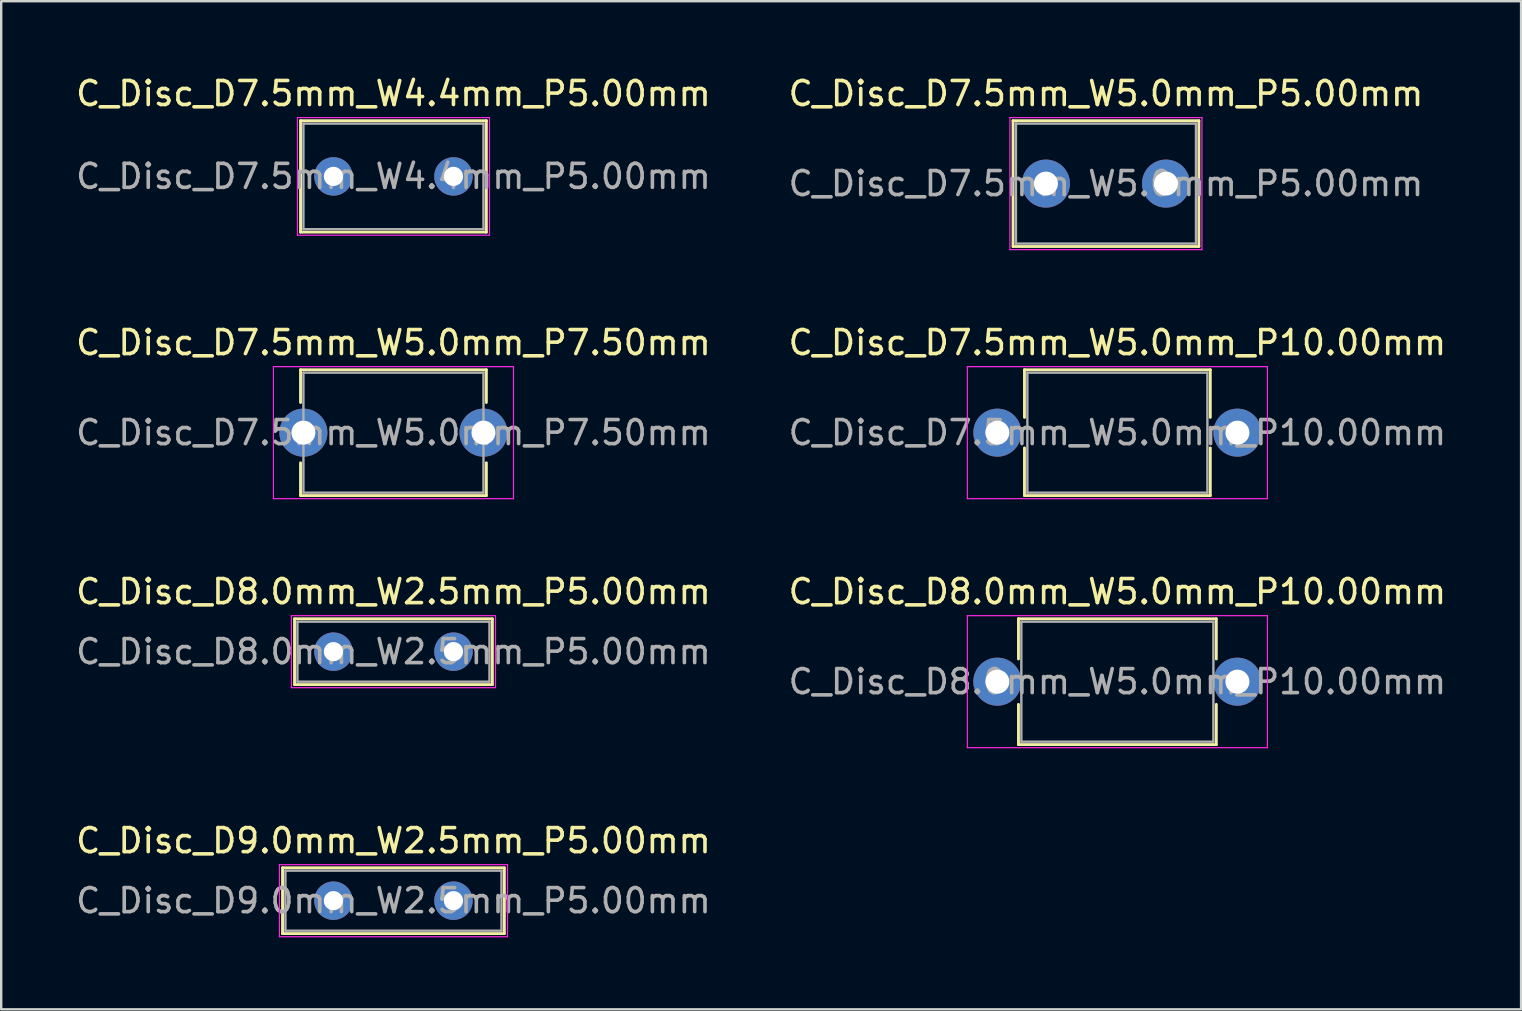
<source format=kicad_pcb>
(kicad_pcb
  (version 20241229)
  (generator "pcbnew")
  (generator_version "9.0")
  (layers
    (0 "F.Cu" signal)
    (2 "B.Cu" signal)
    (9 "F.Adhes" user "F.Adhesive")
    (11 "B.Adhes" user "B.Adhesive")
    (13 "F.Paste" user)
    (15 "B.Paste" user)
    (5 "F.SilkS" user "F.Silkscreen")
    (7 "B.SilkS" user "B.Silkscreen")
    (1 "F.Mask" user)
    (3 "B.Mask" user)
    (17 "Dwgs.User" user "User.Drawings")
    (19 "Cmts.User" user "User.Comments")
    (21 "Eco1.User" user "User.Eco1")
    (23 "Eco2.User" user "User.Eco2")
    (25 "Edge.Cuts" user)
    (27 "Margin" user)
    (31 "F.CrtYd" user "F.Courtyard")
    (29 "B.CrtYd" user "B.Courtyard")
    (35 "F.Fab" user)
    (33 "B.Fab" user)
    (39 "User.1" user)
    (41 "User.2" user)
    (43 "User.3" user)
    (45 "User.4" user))
  (footprint "C_Disc_D7.5mm_W5.0mm_P7.50mm"
    (layer "F.Cu")
    (at 9.589 14.972)
    (property "Reference" "C_Disc_D7.5mm_W5.0mm_P7.50mm" (at 3.75 -3.75 0) (layer "F.SilkS") (effects (font (size 1 1) (thickness 0.15))))
    (attr through_hole)
    (fp_line (start -0.12 -2.62) (end -0.12 -1.256) (stroke (width 0.12) (type solid)) (layer "F.SilkS"))
    (fp_line (start -0.12 -2.62) (end 7.62 -2.62) (stroke (width 0.12) (type solid)) (layer "F.SilkS"))
    (fp_line (start -0.12 1.256) (end -0.12 2.62) (stroke (width 0.12) (type solid)) (layer "F.SilkS"))
    (fp_line (start -0.12 2.62) (end 7.62 2.62) (stroke (width 0.12) (type solid)) (layer "F.SilkS"))
    (fp_line (start 7.62 -2.62) (end 7.62 -1.256) (stroke (width 0.12) (type solid)) (layer "F.SilkS"))
    (fp_line (start 7.62 1.256) (end 7.62 2.62) (stroke (width 0.12) (type solid)) (layer "F.SilkS"))
    (fp_line (start -1.25 -2.75) (end -1.25 2.75) (stroke (width 0.05) (type solid)) (layer "F.CrtYd"))
    (fp_line (start -1.25 2.75) (end 8.75 2.75) (stroke (width 0.05) (type solid)) (layer "F.CrtYd"))
    (fp_line (start 8.75 -2.75) (end -1.25 -2.75) (stroke (width 0.05) (type solid)) (layer "F.CrtYd"))
    (fp_line (start 8.75 2.75) (end 8.75 -2.75) (stroke (width 0.05) (type solid)) (layer "F.CrtYd"))
    (fp_line (start 0 -2.5) (end 0 2.5) (stroke (width 0.1) (type solid)) (layer "F.Fab"))
    (fp_line (start 0 2.5) (end 7.5 2.5) (stroke (width 0.1) (type solid)) (layer "F.Fab"))
    (fp_line (start 7.5 -2.5) (end 0 -2.5) (stroke (width 0.1) (type solid)) (layer "F.Fab"))
    (fp_line (start 7.5 2.5) (end 7.5 -2.5) (stroke (width 0.1) (type solid)) (layer "F.Fab"))
    (fp_text user "${REFERENCE}" (at 3.75 0 0) (layer "F.Fab") (effects (font (size 1 1) (thickness 0.15))))
    (pad "1" thru_hole circle (at 0 0) (size 2 2) (drill 1) (layers "*.Cu" "*.Mask"))
    (pad "2" thru_hole circle (at 7.5 0) (size 2 2) (drill 1) (layers "*.Cu" "*.Mask")))
  (footprint "C_Disc_D7.5mm_W5.0mm_P5.00mm"
    (layer "F.Cu")
    (at 40.518 4.598)
    (property "Reference" "C_Disc_D7.5mm_W5.0mm_P5.00mm" (at 2.5 -3.75 0) (layer "F.SilkS") (effects (font (size 1 1) (thickness 0.15))))
    (attr through_hole)
    (fp_line (start -1.37 -2.62) (end -1.37 2.62) (stroke (width 0.12) (type solid)) (layer "F.SilkS"))
    (fp_line (start -1.37 -2.62) (end 6.37 -2.62) (stroke (width 0.12) (type solid)) (layer "F.SilkS"))
    (fp_line (start -1.37 2.62) (end 6.37 2.62) (stroke (width 0.12) (type solid)) (layer "F.SilkS"))
    (fp_line (start 6.37 -2.62) (end 6.37 2.62) (stroke (width 0.12) (type solid)) (layer "F.SilkS"))
    (fp_line (start -1.5 -2.75) (end -1.5 2.75) (stroke (width 0.05) (type solid)) (layer "F.CrtYd"))
    (fp_line (start -1.5 2.75) (end 6.5 2.75) (stroke (width 0.05) (type solid)) (layer "F.CrtYd"))
    (fp_line (start 6.5 -2.75) (end -1.5 -2.75) (stroke (width 0.05) (type solid)) (layer "F.CrtYd"))
    (fp_line (start 6.5 2.75) (end 6.5 -2.75) (stroke (width 0.05) (type solid)) (layer "F.CrtYd"))
    (fp_line (start -1.25 -2.5) (end -1.25 2.5) (stroke (width 0.1) (type solid)) (layer "F.Fab"))
    (fp_line (start -1.25 2.5) (end 6.25 2.5) (stroke (width 0.1) (type solid)) (layer "F.Fab"))
    (fp_line (start 6.25 -2.5) (end -1.25 -2.5) (stroke (width 0.1) (type solid)) (layer "F.Fab"))
    (fp_line (start 6.25 2.5) (end 6.25 -2.5) (stroke (width 0.1) (type solid)) (layer "F.Fab"))
    (fp_text user "${REFERENCE}" (at 2.5 0 0) (layer "F.Fab") (effects (font (size 1 1) (thickness 0.15))))
    (pad "1" thru_hole circle (at 0 0) (size 2 2) (drill 1) (layers "*.Cu" "*.Mask"))
    (pad "2" thru_hole circle (at 5 0) (size 2 2) (drill 1) (layers "*.Cu" "*.Mask")))
  (footprint "C_Disc_D8.0mm_W5.0mm_P10.00mm"
    (layer "F.Cu")
    (at 38.494 25.345)
    (property "Reference" "C_Disc_D8.0mm_W5.0mm_P10.00mm" (at 5 -3.75 0) (layer "F.SilkS") (effects (font (size 1 1) (thickness 0.15))))
    (attr through_hole)
    (fp_line (start 0.88 -2.62) (end 0.88 -0.946) (stroke (width 0.12) (type solid)) (layer "F.SilkS"))
    (fp_line (start 0.88 -2.62) (end 9.12 -2.62) (stroke (width 0.12) (type solid)) (layer "F.SilkS"))
    (fp_line (start 0.88 0.946) (end 0.88 2.62) (stroke (width 0.12) (type solid)) (layer "F.SilkS"))
    (fp_line (start 0.88 2.62) (end 9.12 2.62) (stroke (width 0.12) (type solid)) (layer "F.SilkS"))
    (fp_line (start 9.12 -2.62) (end 9.12 -0.946) (stroke (width 0.12) (type solid)) (layer "F.SilkS"))
    (fp_line (start 9.12 0.946) (end 9.12 2.62) (stroke (width 0.12) (type solid)) (layer "F.SilkS"))
    (fp_line (start -1.25 -2.75) (end -1.25 2.75) (stroke (width 0.05) (type solid)) (layer "F.CrtYd"))
    (fp_line (start -1.25 2.75) (end 11.25 2.75) (stroke (width 0.05) (type solid)) (layer "F.CrtYd"))
    (fp_line (start 11.25 -2.75) (end -1.25 -2.75) (stroke (width 0.05) (type solid)) (layer "F.CrtYd"))
    (fp_line (start 11.25 2.75) (end 11.25 -2.75) (stroke (width 0.05) (type solid)) (layer "F.CrtYd"))
    (fp_line (start 1 -2.5) (end 1 2.5) (stroke (width 0.1) (type solid)) (layer "F.Fab"))
    (fp_line (start 1 2.5) (end 9 2.5) (stroke (width 0.1) (type solid)) (layer "F.Fab"))
    (fp_line (start 9 -2.5) (end 1 -2.5) (stroke (width 0.1) (type solid)) (layer "F.Fab"))
    (fp_line (start 9 2.5) (end 9 -2.5) (stroke (width 0.1) (type solid)) (layer "F.Fab"))
    (fp_text user "${REFERENCE}" (at 5 0 0) (layer "F.Fab") (effects (font (size 1 1) (thickness 0.15))))
    (pad "1" thru_hole circle (at 0 0) (size 2 2) (drill 1) (layers "*.Cu" "*.Mask"))
    (pad "2" thru_hole circle (at 10 0) (size 2 2) (drill 1) (layers "*.Cu" "*.Mask")))
  (footprint "C_Disc_D7.5mm_W4.4mm_P5.00mm"
    (layer "F.Cu")
    (at 10.839 4.298)
    (property "Reference" "C_Disc_D7.5mm_W4.4mm_P5.00mm" (at 2.5 -3.45 0) (layer "F.SilkS") (effects (font (size 1 1) (thickness 0.15))))
    (attr through_hole)
    (fp_line (start -1.37 -2.321) (end -1.37 2.321) (stroke (width 0.12) (type solid)) (layer "F.SilkS"))
    (fp_line (start -1.37 -2.321) (end 6.37 -2.321) (stroke (width 0.12) (type solid)) (layer "F.SilkS"))
    (fp_line (start -1.37 2.321) (end 6.37 2.321) (stroke (width 0.12) (type solid)) (layer "F.SilkS"))
    (fp_line (start 6.37 -2.321) (end 6.37 2.321) (stroke (width 0.12) (type solid)) (layer "F.SilkS"))
    (fp_line (start -1.5 -2.45) (end -1.5 2.45) (stroke (width 0.05) (type solid)) (layer "F.CrtYd"))
    (fp_line (start -1.5 2.45) (end 6.5 2.45) (stroke (width 0.05) (type solid)) (layer "F.CrtYd"))
    (fp_line (start 6.5 -2.45) (end -1.5 -2.45) (stroke (width 0.05) (type solid)) (layer "F.CrtYd"))
    (fp_line (start 6.5 2.45) (end 6.5 -2.45) (stroke (width 0.05) (type solid)) (layer "F.CrtYd"))
    (fp_line (start -1.25 -2.2) (end -1.25 2.2) (stroke (width 0.1) (type solid)) (layer "F.Fab"))
    (fp_line (start -1.25 2.2) (end 6.25 2.2) (stroke (width 0.1) (type solid)) (layer "F.Fab"))
    (fp_line (start 6.25 -2.2) (end -1.25 -2.2) (stroke (width 0.1) (type solid)) (layer "F.Fab"))
    (fp_line (start 6.25 2.2) (end 6.25 -2.2) (stroke (width 0.1) (type solid)) (layer "F.Fab"))
    (fp_text user "${REFERENCE}" (at 2.5 0 0) (layer "F.Fab") (effects (font (size 1 1) (thickness 0.15))))
    (pad "1" thru_hole circle (at 0 0) (size 1.6 1.6) (drill 0.8) (layers "*.Cu" "*.Mask"))
    (pad "2" thru_hole circle (at 5 0) (size 1.6 1.6) (drill 0.8) (layers "*.Cu" "*.Mask")))
  (footprint "C_Disc_D8.0mm_W2.5mm_P5.00mm"
    (layer "F.Cu")
    (at 10.839 24.095)
    (property "Reference" "C_Disc_D8.0mm_W2.5mm_P5.00mm" (at 2.5 -2.5 0) (layer "F.SilkS") (effects (font (size 1 1) (thickness 0.15))))
    (attr through_hole)
    (fp_line (start -1.62 -1.37) (end -1.62 1.37) (stroke (width 0.12) (type solid)) (layer "F.SilkS"))
    (fp_line (start -1.62 -1.37) (end 6.62 -1.37) (stroke (width 0.12) (type solid)) (layer "F.SilkS"))
    (fp_line (start -1.62 1.37) (end 6.62 1.37) (stroke (width 0.12) (type solid)) (layer "F.SilkS"))
    (fp_line (start 6.62 -1.37) (end 6.62 1.37) (stroke (width 0.12) (type solid)) (layer "F.SilkS"))
    (fp_line (start -1.75 -1.5) (end -1.75 1.5) (stroke (width 0.05) (type solid)) (layer "F.CrtYd"))
    (fp_line (start -1.75 1.5) (end 6.75 1.5) (stroke (width 0.05) (type solid)) (layer "F.CrtYd"))
    (fp_line (start 6.75 -1.5) (end -1.75 -1.5) (stroke (width 0.05) (type solid)) (layer "F.CrtYd"))
    (fp_line (start 6.75 1.5) (end 6.75 -1.5) (stroke (width 0.05) (type solid)) (layer "F.CrtYd"))
    (fp_line (start -1.5 -1.25) (end -1.5 1.25) (stroke (width 0.1) (type solid)) (layer "F.Fab"))
    (fp_line (start -1.5 1.25) (end 6.5 1.25) (stroke (width 0.1) (type solid)) (layer "F.Fab"))
    (fp_line (start 6.5 -1.25) (end -1.5 -1.25) (stroke (width 0.1) (type solid)) (layer "F.Fab"))
    (fp_line (start 6.5 1.25) (end 6.5 -1.25) (stroke (width 0.1) (type solid)) (layer "F.Fab"))
    (fp_text user "${REFERENCE}" (at 2.5 0 0) (layer "F.Fab") (effects (font (size 1 1) (thickness 0.15))))
    (pad "1" thru_hole circle (at 0 0) (size 1.6 1.6) (drill 0.8) (layers "*.Cu" "*.Mask"))
    (pad "2" thru_hole circle (at 5 0) (size 1.6 1.6) (drill 0.8) (layers "*.Cu" "*.Mask")))
  (footprint "C_Disc_D7.5mm_W5.0mm_P10.00mm"
    (layer "F.Cu")
    (at 38.494 14.972)
    (property "Reference" "C_Disc_D7.5mm_W5.0mm_P10.00mm" (at 5 -3.75 0) (layer "F.SilkS") (effects (font (size 1 1) (thickness 0.15))))
    (attr through_hole)
    (fp_line (start 1.13 -2.62) (end 1.13 -0.636) (stroke (width 0.12) (type solid)) (layer "F.SilkS"))
    (fp_line (start 1.13 -2.62) (end 8.87 -2.62) (stroke (width 0.12) (type solid)) (layer "F.SilkS"))
    (fp_line (start 1.13 0.636) (end 1.13 2.62) (stroke (width 0.12) (type solid)) (layer "F.SilkS"))
    (fp_line (start 1.13 2.62) (end 8.87 2.62) (stroke (width 0.12) (type solid)) (layer "F.SilkS"))
    (fp_line (start 8.87 -2.62) (end 8.87 -0.636) (stroke (width 0.12) (type solid)) (layer "F.SilkS"))
    (fp_line (start 8.87 0.636) (end 8.87 2.62) (stroke (width 0.12) (type solid)) (layer "F.SilkS"))
    (fp_line (start -1.25 -2.75) (end -1.25 2.75) (stroke (width 0.05) (type solid)) (layer "F.CrtYd"))
    (fp_line (start -1.25 2.75) (end 11.25 2.75) (stroke (width 0.05) (type solid)) (layer "F.CrtYd"))
    (fp_line (start 11.25 -2.75) (end -1.25 -2.75) (stroke (width 0.05) (type solid)) (layer "F.CrtYd"))
    (fp_line (start 11.25 2.75) (end 11.25 -2.75) (stroke (width 0.05) (type solid)) (layer "F.CrtYd"))
    (fp_line (start 1.25 -2.5) (end 1.25 2.5) (stroke (width 0.1) (type solid)) (layer "F.Fab"))
    (fp_line (start 1.25 2.5) (end 8.75 2.5) (stroke (width 0.1) (type solid)) (layer "F.Fab"))
    (fp_line (start 8.75 -2.5) (end 1.25 -2.5) (stroke (width 0.1) (type solid)) (layer "F.Fab"))
    (fp_line (start 8.75 2.5) (end 8.75 -2.5) (stroke (width 0.1) (type solid)) (layer "F.Fab"))
    (fp_text user "${REFERENCE}" (at 5 0 0) (layer "F.Fab") (effects (font (size 1 1) (thickness 0.15))))
    (pad "1" thru_hole circle (at 0 0) (size 2 2) (drill 1) (layers "*.Cu" "*.Mask"))
    (pad "2" thru_hole circle (at 10 0) (size 2 2) (drill 1) (layers "*.Cu" "*.Mask")))
  (footprint "C_Disc_D9.0mm_W2.5mm_P5.00mm"
    (layer "F.Cu")
    (at 10.839 34.468)
    (property "Reference" "C_Disc_D9.0mm_W2.5mm_P5.00mm" (at 2.5 -2.5 0) (layer "F.SilkS") (effects (font (size 1 1) (thickness 0.15))))
    (attr through_hole)
    (fp_line (start -2.12 -1.37) (end -2.12 1.37) (stroke (width 0.12) (type solid)) (layer "F.SilkS"))
    (fp_line (start -2.12 -1.37) (end 7.12 -1.37) (stroke (width 0.12) (type solid)) (layer "F.SilkS"))
    (fp_line (start -2.12 1.37) (end 7.12 1.37) (stroke (width 0.12) (type solid)) (layer "F.SilkS"))
    (fp_line (start 7.12 -1.37) (end 7.12 1.37) (stroke (width 0.12) (type solid)) (layer "F.SilkS"))
    (fp_line (start -2.25 -1.5) (end -2.25 1.5) (stroke (width 0.05) (type solid)) (layer "F.CrtYd"))
    (fp_line (start -2.25 1.5) (end 7.25 1.5) (stroke (width 0.05) (type solid)) (layer "F.CrtYd"))
    (fp_line (start 7.25 -1.5) (end -2.25 -1.5) (stroke (width 0.05) (type solid)) (layer "F.CrtYd"))
    (fp_line (start 7.25 1.5) (end 7.25 -1.5) (stroke (width 0.05) (type solid)) (layer "F.CrtYd"))
    (fp_line (start -2 -1.25) (end -2 1.25) (stroke (width 0.1) (type solid)) (layer "F.Fab"))
    (fp_line (start -2 1.25) (end 7 1.25) (stroke (width 0.1) (type solid)) (layer "F.Fab"))
    (fp_line (start 7 -1.25) (end -2 -1.25) (stroke (width 0.1) (type solid)) (layer "F.Fab"))
    (fp_line (start 7 1.25) (end 7 -1.25) (stroke (width 0.1) (type solid)) (layer "F.Fab"))
    (fp_text user "${REFERENCE}" (at 2.5 0 0) (layer "F.Fab") (effects (font (size 1 1) (thickness 0.15))))
    (pad "1" thru_hole circle (at 0 0) (size 1.6 1.6) (drill 0.8) (layers "*.Cu" "*.Mask"))
    (pad "2" thru_hole circle (at 5 0) (size 1.6 1.6) (drill 0.8) (layers "*.Cu" "*.Mask")))
  (gr_rect
    (start -3 -3)
    (end 60.31 38.993)
    (stroke (width 0.1) (type default))
    (fill no)
    (layer "Edge.Cuts")))
</source>
